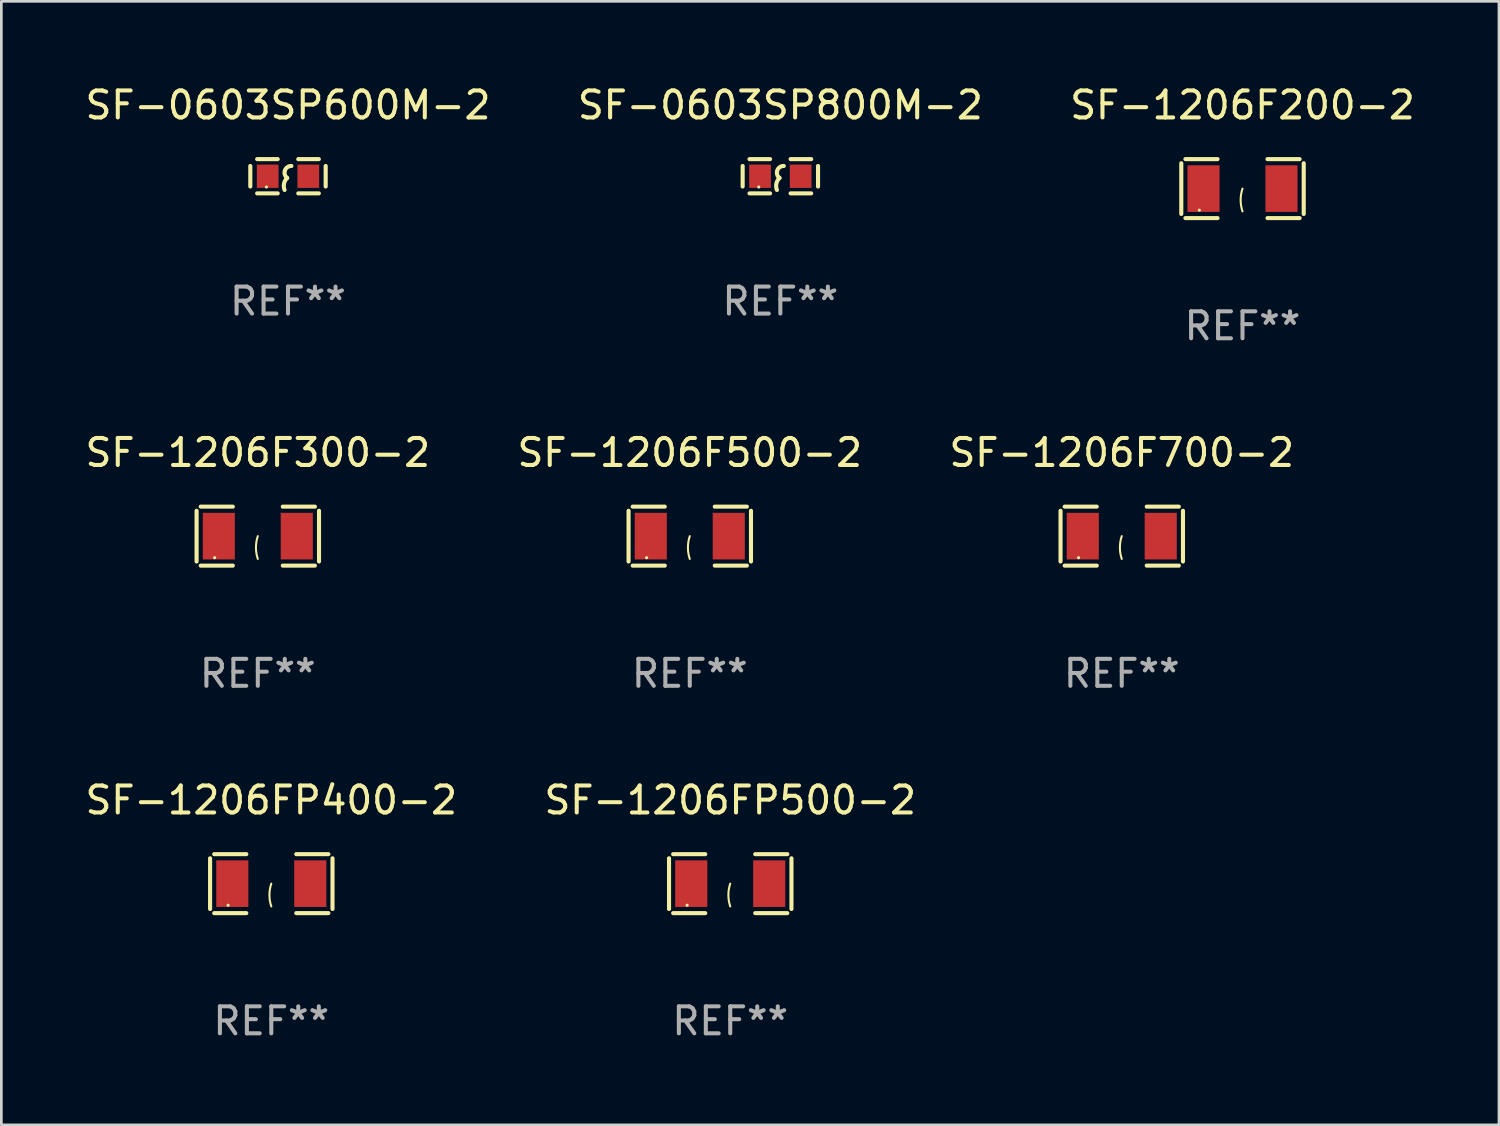
<source format=kicad_pcb>
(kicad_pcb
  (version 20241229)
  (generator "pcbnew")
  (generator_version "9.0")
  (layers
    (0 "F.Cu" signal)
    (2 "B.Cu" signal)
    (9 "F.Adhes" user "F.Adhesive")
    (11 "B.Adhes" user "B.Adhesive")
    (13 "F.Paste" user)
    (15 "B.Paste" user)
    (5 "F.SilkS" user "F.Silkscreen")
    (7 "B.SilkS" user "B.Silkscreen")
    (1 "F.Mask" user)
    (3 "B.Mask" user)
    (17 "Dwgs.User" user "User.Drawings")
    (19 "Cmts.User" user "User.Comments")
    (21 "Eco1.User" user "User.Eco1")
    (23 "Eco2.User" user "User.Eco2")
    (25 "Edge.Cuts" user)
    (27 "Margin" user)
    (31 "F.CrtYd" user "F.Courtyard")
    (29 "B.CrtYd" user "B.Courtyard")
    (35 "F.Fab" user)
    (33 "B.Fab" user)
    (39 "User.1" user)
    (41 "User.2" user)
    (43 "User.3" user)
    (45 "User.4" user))
  (footprint "SF-0603SP800M-2"
    (layer "F.Cu")
    (at 25.875 3.483)
    (property "Reference" "SF-0603SP800M-2" (at 0 -2.635 0) (layer "F.SilkS") (effects (font (size 1 1) (thickness 0.15))))
    (attr through_hole)
    (fp_line (start -1.397 -0.381) (end -1.397 0.381) (stroke (width 0.152) (type solid)) (layer "F.SilkS"))
    (fp_line (start -0.381 -0.635) (end -1.143 -0.635) (stroke (width 0.152) (type solid)) (layer "F.SilkS"))
    (fp_line (start -0.381 0.635) (end -1.143 0.635) (stroke (width 0.152) (type solid)) (layer "F.SilkS"))
    (fp_line (start 0.381 -0.635) (end 1.143 -0.635) (stroke (width 0.152) (type solid)) (layer "F.SilkS"))
    (fp_line (start 0.381 0.635) (end 1.143 0.635) (stroke (width 0.152) (type solid)) (layer "F.SilkS"))
    (fp_line (start 1.397 -0.381) (end 1.397 0.381) (stroke (width 0.152) (type solid)) (layer "F.SilkS"))
    (fp_arc (start -0.127 0.508001) (mid -0.146523 0.271131) (end -0.030861 0.0635) (stroke (width 0.151994) (type solid)) (layer "F.SilkS"))
    (fp_arc (start -0.03175 0.0635) (mid -0.113571 -0.216321) (end 0.127001 -0.381002) (stroke (width 0.151994) (type solid)) (layer "F.SilkS"))
    (fp_circle (center -0.8 0.4) (end -0.77 0.4) (stroke (width 0.06) (type solid)) (fill no) (layer "F.SilkS"))
    (fp_text user "REF**" (at 0 4.635 0) (layer "F.Fab") (effects (font (size 1 1) (thickness 0.15))))
    (pad "1" smd rect (at -0.753 0) (size 0.806 0.864) (layers "F.Cu" "F.Mask" "F.Paste"))
    (pad "2" smd rect (at 0.753 0) (size 0.806 0.864) (layers "F.Cu" "F.Mask" "F.Paste")))
  (footprint "SF-1206FP400-2"
    (layer "F.Cu")
    (at 7.006 29.704)
    (property "Reference" "SF-1206FP400-2" (at 0 -3.093 0) (layer "F.SilkS") (effects (font (size 1 1) (thickness 0.15))))
    (attr through_hole)
    (fp_line (start -2.269 -0.94) (end -2.269 0.94) (stroke (width 0.152) (type solid)) (layer "F.SilkS"))
    (fp_line (start -2.116 1.093) (end -0.926 1.093) (stroke (width 0.152) (type solid)) (layer "F.SilkS"))
    (fp_line (start -0.926 -1.093) (end -2.116 -1.093) (stroke (width 0.152) (type solid)) (layer "F.SilkS"))
    (fp_line (start 0.926 -1.093) (end 2.116 -1.093) (stroke (width 0.152) (type solid)) (layer "F.SilkS"))
    (fp_line (start 2.116 1.093) (end 0.926 1.093) (stroke (width 0.152) (type solid)) (layer "F.SilkS"))
    (fp_line (start 2.269 -0.94) (end 2.269 0.94) (stroke (width 0.152) (type solid)) (layer "F.SilkS"))
    (fp_arc (start 0 0.844951) (mid -0.068559 0.422475) (end 0 0) (stroke (width 0.0762) (type solid)) (layer "F.SilkS"))
    (fp_circle (center -1.6 0.8) (end -1.57 0.8) (stroke (width 0.06) (type solid)) (fill no) (layer "F.SilkS"))
    (fp_text user "REF**" (at 0 5.093 0) (layer "F.Fab") (effects (font (size 1 1) (thickness 0.15))))
    (pad "1" smd rect (at -1.445 0) (size 1.19 1.728) (layers "F.Cu" "F.Mask" "F.Paste"))
    (pad "2" smd rect (at 1.445 0) (size 1.19 1.728) (layers "F.Cu" "F.Mask" "F.Paste")))
  (footprint "SF-1206F200-2"
    (layer "F.Cu")
    (at 43.006 3.941)
    (property "Reference" "SF-1206F200-2" (at 0 -3.093 0) (layer "F.SilkS") (effects (font (size 1 1) (thickness 0.15))))
    (attr through_hole)
    (fp_line (start -2.269 -0.94) (end -2.269 0.94) (stroke (width 0.152) (type solid)) (layer "F.SilkS"))
    (fp_line (start -2.116 1.093) (end -0.926 1.093) (stroke (width 0.152) (type solid)) (layer "F.SilkS"))
    (fp_line (start -0.926 -1.093) (end -2.116 -1.093) (stroke (width 0.152) (type solid)) (layer "F.SilkS"))
    (fp_line (start 0.926 -1.093) (end 2.116 -1.093) (stroke (width 0.152) (type solid)) (layer "F.SilkS"))
    (fp_line (start 2.116 1.093) (end 0.926 1.093) (stroke (width 0.152) (type solid)) (layer "F.SilkS"))
    (fp_line (start 2.269 -0.94) (end 2.269 0.94) (stroke (width 0.152) (type solid)) (layer "F.SilkS"))
    (fp_arc (start 0 0.844951) (mid -0.068559 0.422475) (end 0 0) (stroke (width 0.0762) (type solid)) (layer "F.SilkS"))
    (fp_circle (center -1.6 0.8) (end -1.57 0.8) (stroke (width 0.06) (type solid)) (fill no) (layer "F.SilkS"))
    (fp_text user "REF**" (at 0 5.093 0) (layer "F.Fab") (effects (font (size 1 1) (thickness 0.15))))
    (pad "1" smd rect (at -1.445 0) (size 1.19 1.728) (layers "F.Cu" "F.Mask" "F.Paste"))
    (pad "2" smd rect (at 1.445 0) (size 1.19 1.728) (layers "F.Cu" "F.Mask" "F.Paste")))
  (footprint "SF-1206F300-2"
    (layer "F.Cu")
    (at 6.506 16.823)
    (property "Reference" "SF-1206F300-2" (at 0 -3.093 0) (layer "F.SilkS") (effects (font (size 1 1) (thickness 0.15))))
    (attr through_hole)
    (fp_line (start -2.269 -0.94) (end -2.269 0.94) (stroke (width 0.152) (type solid)) (layer "F.SilkS"))
    (fp_line (start -2.116 1.093) (end -0.926 1.093) (stroke (width 0.152) (type solid)) (layer "F.SilkS"))
    (fp_line (start -0.926 -1.093) (end -2.116 -1.093) (stroke (width 0.152) (type solid)) (layer "F.SilkS"))
    (fp_line (start 0.926 -1.093) (end 2.116 -1.093) (stroke (width 0.152) (type solid)) (layer "F.SilkS"))
    (fp_line (start 2.116 1.093) (end 0.926 1.093) (stroke (width 0.152) (type solid)) (layer "F.SilkS"))
    (fp_line (start 2.269 -0.94) (end 2.269 0.94) (stroke (width 0.152) (type solid)) (layer "F.SilkS"))
    (fp_arc (start 0 0.844951) (mid -0.068559 0.422475) (end 0 0) (stroke (width 0.0762) (type solid)) (layer "F.SilkS"))
    (fp_circle (center -1.6 0.8) (end -1.57 0.8) (stroke (width 0.06) (type solid)) (fill no) (layer "F.SilkS"))
    (fp_text user "REF**" (at 0 5.093 0) (layer "F.Fab") (effects (font (size 1 1) (thickness 0.15))))
    (pad "1" smd rect (at -1.445 0) (size 1.19 1.728) (layers "F.Cu" "F.Mask" "F.Paste"))
    (pad "2" smd rect (at 1.445 0) (size 1.19 1.728) (layers "F.Cu" "F.Mask" "F.Paste")))
  (footprint "SF-1206FP500-2"
    (layer "F.Cu")
    (at 24.018 29.704)
    (property "Reference" "SF-1206FP500-2" (at 0 -3.093 0) (layer "F.SilkS") (effects (font (size 1 1) (thickness 0.15))))
    (attr through_hole)
    (fp_line (start -2.269 -0.94) (end -2.269 0.94) (stroke (width 0.152) (type solid)) (layer "F.SilkS"))
    (fp_line (start -2.116 1.093) (end -0.926 1.093) (stroke (width 0.152) (type solid)) (layer "F.SilkS"))
    (fp_line (start -0.926 -1.093) (end -2.116 -1.093) (stroke (width 0.152) (type solid)) (layer "F.SilkS"))
    (fp_line (start 0.926 -1.093) (end 2.116 -1.093) (stroke (width 0.152) (type solid)) (layer "F.SilkS"))
    (fp_line (start 2.116 1.093) (end 0.926 1.093) (stroke (width 0.152) (type solid)) (layer "F.SilkS"))
    (fp_line (start 2.269 -0.94) (end 2.269 0.94) (stroke (width 0.152) (type solid)) (layer "F.SilkS"))
    (fp_arc (start 0 0.844951) (mid -0.068559 0.422475) (end 0 0) (stroke (width 0.0762) (type solid)) (layer "F.SilkS"))
    (fp_circle (center -1.6 0.8) (end -1.57 0.8) (stroke (width 0.06) (type solid)) (fill no) (layer "F.SilkS"))
    (fp_text user "REF**" (at 0 5.093 0) (layer "F.Fab") (effects (font (size 1 1) (thickness 0.15))))
    (pad "1" smd rect (at -1.445 0) (size 1.19 1.728) (layers "F.Cu" "F.Mask" "F.Paste"))
    (pad "2" smd rect (at 1.445 0) (size 1.19 1.728) (layers "F.Cu" "F.Mask" "F.Paste")))
  (footprint "SF-1206F700-2"
    (layer "F.Cu")
    (at 38.53 16.823)
    (property "Reference" "SF-1206F700-2" (at 0 -3.093 0) (layer "F.SilkS") (effects (font (size 1 1) (thickness 0.15))))
    (attr through_hole)
    (fp_line (start -2.269 -0.94) (end -2.269 0.94) (stroke (width 0.152) (type solid)) (layer "F.SilkS"))
    (fp_line (start -2.116 1.093) (end -0.926 1.093) (stroke (width 0.152) (type solid)) (layer "F.SilkS"))
    (fp_line (start -0.926 -1.093) (end -2.116 -1.093) (stroke (width 0.152) (type solid)) (layer "F.SilkS"))
    (fp_line (start 0.926 -1.093) (end 2.116 -1.093) (stroke (width 0.152) (type solid)) (layer "F.SilkS"))
    (fp_line (start 2.116 1.093) (end 0.926 1.093) (stroke (width 0.152) (type solid)) (layer "F.SilkS"))
    (fp_line (start 2.269 -0.94) (end 2.269 0.94) (stroke (width 0.152) (type solid)) (layer "F.SilkS"))
    (fp_arc (start 0 0.844951) (mid -0.068559 0.422475) (end 0 0) (stroke (width 0.0762) (type solid)) (layer "F.SilkS"))
    (fp_circle (center -1.6 0.8) (end -1.57 0.8) (stroke (width 0.06) (type solid)) (fill no) (layer "F.SilkS"))
    (fp_text user "REF**" (at 0 5.093 0) (layer "F.Fab") (effects (font (size 1 1) (thickness 0.15))))
    (pad "1" smd rect (at -1.445 0) (size 1.19 1.728) (layers "F.Cu" "F.Mask" "F.Paste"))
    (pad "2" smd rect (at 1.445 0) (size 1.19 1.728) (layers "F.Cu" "F.Mask" "F.Paste")))
  (footprint "SF-1206F500-2"
    (layer "F.Cu")
    (at 22.518 16.823)
    (property "Reference" "SF-1206F500-2" (at 0 -3.093 0) (layer "F.SilkS") (effects (font (size 1 1) (thickness 0.15))))
    (attr through_hole)
    (fp_line (start -2.269 -0.94) (end -2.269 0.94) (stroke (width 0.152) (type solid)) (layer "F.SilkS"))
    (fp_line (start -2.116 1.093) (end -0.926 1.093) (stroke (width 0.152) (type solid)) (layer "F.SilkS"))
    (fp_line (start -0.926 -1.093) (end -2.116 -1.093) (stroke (width 0.152) (type solid)) (layer "F.SilkS"))
    (fp_line (start 0.926 -1.093) (end 2.116 -1.093) (stroke (width 0.152) (type solid)) (layer "F.SilkS"))
    (fp_line (start 2.116 1.093) (end 0.926 1.093) (stroke (width 0.152) (type solid)) (layer "F.SilkS"))
    (fp_line (start 2.269 -0.94) (end 2.269 0.94) (stroke (width 0.152) (type solid)) (layer "F.SilkS"))
    (fp_arc (start 0 0.844951) (mid -0.068559 0.422475) (end 0 0) (stroke (width 0.0762) (type solid)) (layer "F.SilkS"))
    (fp_circle (center -1.6 0.8) (end -1.57 0.8) (stroke (width 0.06) (type solid)) (fill no) (layer "F.SilkS"))
    (fp_text user "REF**" (at 0 5.093 0) (layer "F.Fab") (effects (font (size 1 1) (thickness 0.15))))
    (pad "1" smd rect (at -1.445 0) (size 1.19 1.728) (layers "F.Cu" "F.Mask" "F.Paste"))
    (pad "2" smd rect (at 1.445 0) (size 1.19 1.728) (layers "F.Cu" "F.Mask" "F.Paste")))
  (footprint "SF-0603SP600M-2"
    (layer "F.Cu")
    (at 7.625 3.483)
    (property "Reference" "SF-0603SP600M-2" (at 0 -2.635 0) (layer "F.SilkS") (effects (font (size 1 1) (thickness 0.15))))
    (attr through_hole)
    (fp_line (start -1.397 -0.381) (end -1.397 0.381) (stroke (width 0.152) (type solid)) (layer "F.SilkS"))
    (fp_line (start -0.381 -0.635) (end -1.143 -0.635) (stroke (width 0.152) (type solid)) (layer "F.SilkS"))
    (fp_line (start -0.381 0.635) (end -1.143 0.635) (stroke (width 0.152) (type solid)) (layer "F.SilkS"))
    (fp_line (start 0.381 -0.635) (end 1.143 -0.635) (stroke (width 0.152) (type solid)) (layer "F.SilkS"))
    (fp_line (start 0.381 0.635) (end 1.143 0.635) (stroke (width 0.152) (type solid)) (layer "F.SilkS"))
    (fp_line (start 1.397 -0.381) (end 1.397 0.381) (stroke (width 0.152) (type solid)) (layer "F.SilkS"))
    (fp_arc (start -0.127 0.508001) (mid -0.146523 0.271131) (end -0.030861 0.0635) (stroke (width 0.151994) (type solid)) (layer "F.SilkS"))
    (fp_arc (start -0.03175 0.0635) (mid -0.113571 -0.216321) (end 0.127001 -0.381002) (stroke (width 0.151994) (type solid)) (layer "F.SilkS"))
    (fp_circle (center -0.8 0.4) (end -0.77 0.4) (stroke (width 0.06) (type solid)) (fill no) (layer "F.SilkS"))
    (fp_text user "REF**" (at 0 4.635 0) (layer "F.Fab") (effects (font (size 1 1) (thickness 0.15))))
    (pad "1" smd rect (at -0.753 0) (size 0.806 0.864) (layers "F.Cu" "F.Mask" "F.Paste"))
    (pad "2" smd rect (at 0.753 0) (size 0.806 0.864) (layers "F.Cu" "F.Mask" "F.Paste")))
  (gr_rect
    (start -3 -3)
    (end 52.512 38.645)
    (stroke (width 0.1) (type default))
    (fill no)
    (layer "Edge.Cuts")))
</source>
